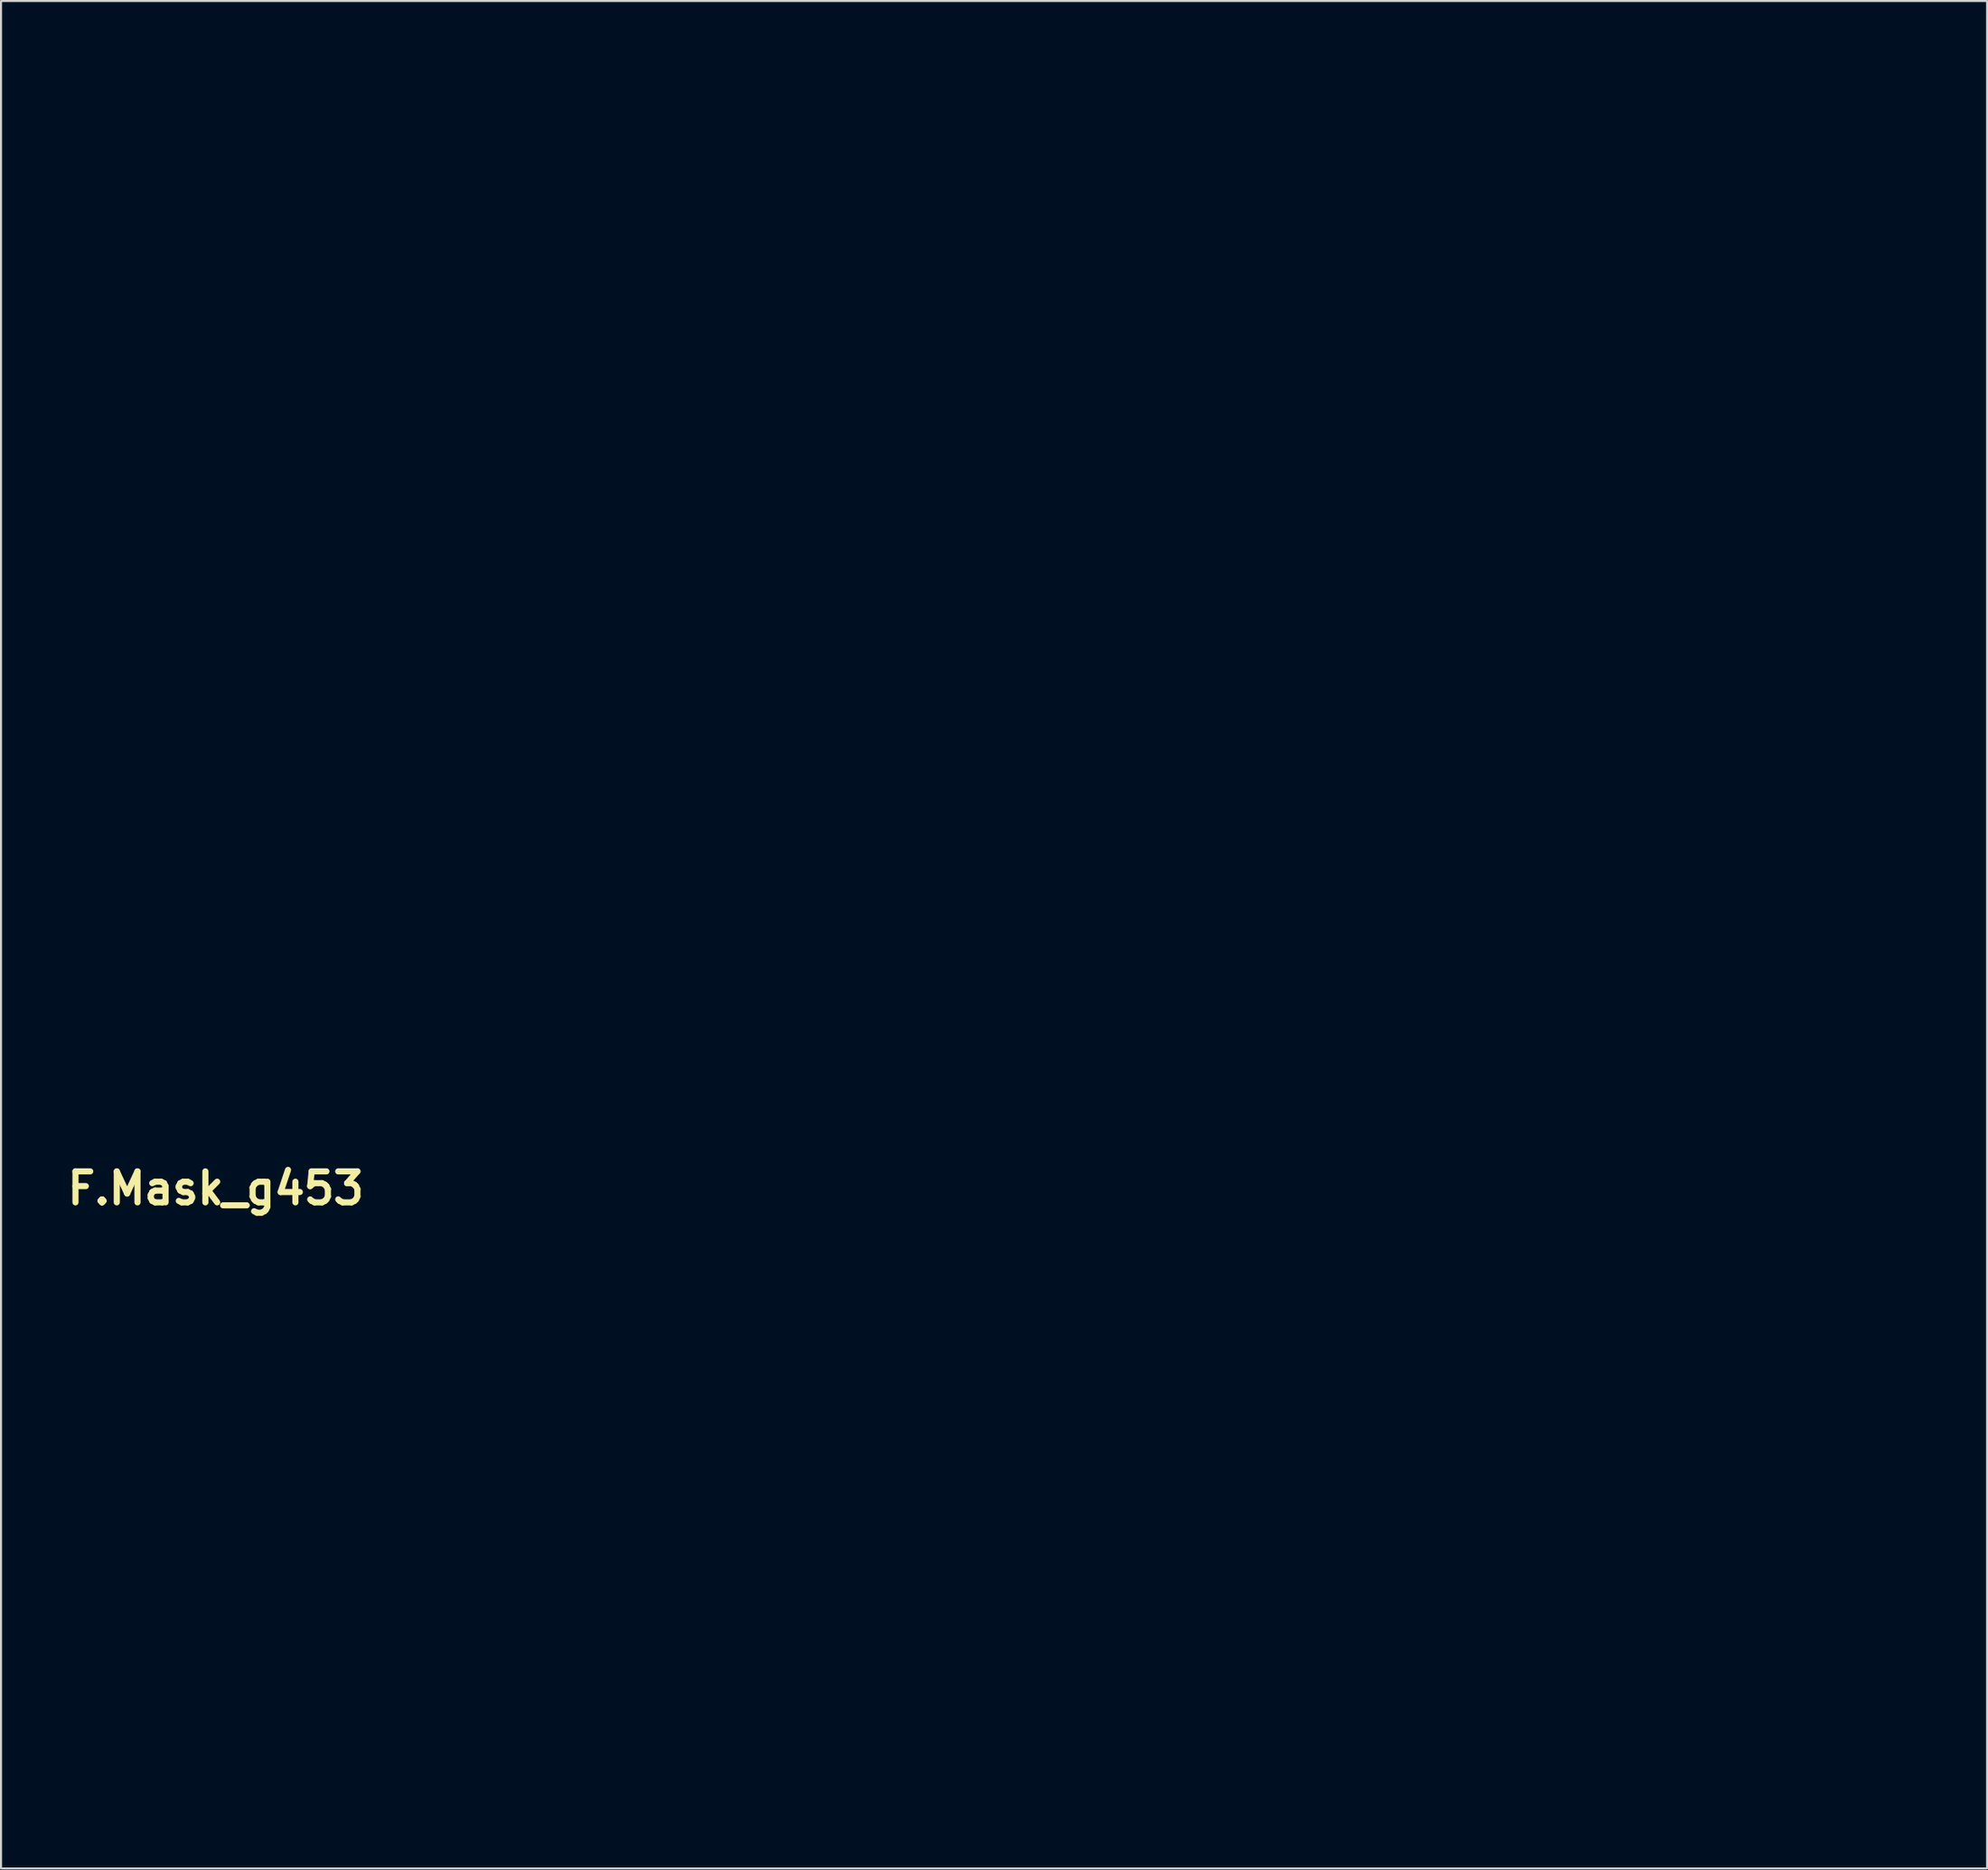
<source format=kicad_pcb>
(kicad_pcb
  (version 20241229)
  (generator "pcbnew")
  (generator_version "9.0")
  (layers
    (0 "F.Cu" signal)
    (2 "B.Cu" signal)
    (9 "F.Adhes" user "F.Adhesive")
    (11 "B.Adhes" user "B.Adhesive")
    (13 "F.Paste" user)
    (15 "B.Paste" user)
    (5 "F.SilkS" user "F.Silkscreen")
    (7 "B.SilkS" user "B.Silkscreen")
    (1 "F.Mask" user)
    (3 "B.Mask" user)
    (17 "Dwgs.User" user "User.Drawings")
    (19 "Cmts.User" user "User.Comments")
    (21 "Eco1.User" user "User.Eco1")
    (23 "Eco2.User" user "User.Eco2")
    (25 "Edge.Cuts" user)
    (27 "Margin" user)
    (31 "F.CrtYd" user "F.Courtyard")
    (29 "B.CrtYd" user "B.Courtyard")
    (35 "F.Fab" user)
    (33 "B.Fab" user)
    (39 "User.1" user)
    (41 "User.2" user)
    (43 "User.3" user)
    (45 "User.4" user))
  (footprint "F.Mask_g453"
    (layer "F.Cu")
    (at 7.555 55.381)
    (property "Reference" "F.Mask_g453" (at 0 0 0) (layer "F.SilkS") (effects (font (size 1.524 1.524) (thickness 0.3))))
    (attr through_hole)
    (fp_poly (pts (xy 42.884 1.215) (xy 43.182 1.254) (xy 43.474 1.327) (xy 43.756 1.433) (xy 44.026 1.571) (xy 44.28 1.741) (xy 44.514 1.944) (xy 44.726 2.177) (xy 44.913 2.441) (xy 44.946 2.498) (xy 45.093 2.788) (xy 45.199 3.088) (xy 45.267 3.401) (xy 45.295 3.73) (xy 45.297 3.821) (xy 45.276 4.153) (xy 45.217 4.473) (xy 45.121 4.777) (xy 44.989 5.064) (xy 44.825 5.331) (xy 44.629 5.575) (xy 44.404 5.794) (xy 44.151 5.986) (xy 43.874 6.149) (xy 43.573 6.279) (xy 43.25 6.374) (xy 43.212 6.383) (xy 43.116 6.398) (xy 42.991 6.411) (xy 42.847 6.42) (xy 42.698 6.425) (xy 42.555 6.426) (xy 42.431 6.422) (xy 42.344 6.414) (xy 42.021 6.348) (xy 41.718 6.247) (xy 41.436 6.113) (xy 41.175 5.95) (xy 40.939 5.76) (xy 40.728 5.545) (xy 40.543 5.31) (xy 40.387 5.056) (xy 40.261 4.786) (xy 40.166 4.503) (xy 40.104 4.21) (xy 40.076 3.909) (xy 40.084 3.604) (xy 40.129 3.297) (xy 40.212 2.992) (xy 40.336 2.69) (xy 40.342 2.678) (xy 40.49 2.41) (xy 40.658 2.174) (xy 40.852 1.959) (xy 40.894 1.919) (xy 41.145 1.71) (xy 41.413 1.539) (xy 41.693 1.403) (xy 41.984 1.303) (xy 42.281 1.239) (xy 42.582 1.21) (xy 42.884 1.215)) (stroke (width 0.01) (type solid)) (fill yes) (layer "F.Mask"))
    (fp_poly (pts (xy 23.011 24.724) (xy 23.015 24.791) (xy 23.019 24.893) (xy 23.022 25.024) (xy 23.026 25.175) (xy 23.029 25.34) (xy 23.031 25.512) (xy 23.032 25.559) (xy 23.038 26.215) (xy 22.985 26.342) (xy 22.962 26.397) (xy 22.937 26.449) (xy 22.91 26.501) (xy 22.877 26.555) (xy 22.838 26.612) (xy 22.79 26.676) (xy 22.732 26.748) (xy 22.661 26.83) (xy 22.576 26.924) (xy 22.474 27.033) (xy 22.354 27.159) (xy 22.215 27.304) (xy 22.053 27.47) (xy 21.867 27.659) (xy 21.655 27.873) (xy 21.416 28.115) (xy 21.374 28.158) (xy 20.288 29.254) (xy 19.981 29.274) (xy 19.876 29.281) (xy 19.738 29.291) (xy 19.576 29.302) (xy 19.401 29.314) (xy 19.22 29.327) (xy 19.061 29.338) (xy 18.855 29.351) (xy 18.63 29.363) (xy 18.391 29.372) (xy 18.146 29.38) (xy 17.9 29.386) (xy 17.659 29.39) (xy 17.43 29.392) (xy 17.22 29.391) (xy 17.034 29.389) (xy 16.878 29.383) (xy 16.78 29.377) (xy 16.588 29.36) (xy 16.427 29.342) (xy 16.298 29.325) (xy 16.205 29.307) (xy 16.149 29.29) (xy 16.134 29.278) (xy 16.144 29.249) (xy 16.183 29.2) (xy 16.243 29.136) (xy 16.32 29.063) (xy 16.408 28.987) (xy 16.5 28.913) (xy 16.592 28.846) (xy 16.605 28.837) (xy 16.734 28.751) (xy 16.869 28.665) (xy 17.014 28.576) (xy 17.171 28.484) (xy 17.342 28.386) (xy 17.53 28.282) (xy 17.738 28.17) (xy 17.969 28.048) (xy 18.224 27.915) (xy 18.507 27.771) (xy 18.821 27.612) (xy 19.167 27.438) (xy 19.549 27.248) (xy 19.569 27.239) (xy 19.809 27.119) (xy 20.039 27.004) (xy 20.255 26.894) (xy 20.455 26.792) (xy 20.635 26.699) (xy 20.792 26.617) (xy 20.922 26.548) (xy 21.022 26.493) (xy 21.089 26.455) (xy 21.107 26.444) (xy 21.244 26.349) (xy 21.372 26.255) (xy 21.495 26.158) (xy 21.618 26.053) (xy 21.743 25.937) (xy 21.875 25.805) (xy 22.019 25.655) (xy 22.177 25.483) (xy 22.355 25.284) (xy 22.511 25.105) (xy 22.998 24.546) (xy 23.011 24.724)) (stroke (width 0.01) (type solid)) (fill yes) (layer "F.Mask"))
    (fp_poly (pts (xy 12.41 20.964) (xy 12.888 20.975) (xy 13.097 20.981) (xy 13.313 20.987) (xy 13.529 20.992) (xy 13.736 20.997) (xy 13.924 21.001) (xy 14.086 21.003) (xy 14.196 21.005) (xy 14.363 21.006) (xy 14.491 21.009) (xy 14.585 21.014) (xy 14.649 21.022) (xy 14.686 21.035) (xy 14.701 21.053) (xy 14.698 21.077) (xy 14.68 21.108) (xy 14.669 21.123) (xy 14.641 21.15) (xy 14.58 21.197) (xy 14.49 21.263) (xy 14.375 21.344) (xy 14.238 21.439) (xy 14.083 21.545) (xy 13.912 21.66) (xy 13.73 21.781) (xy 13.54 21.907) (xy 13.346 22.035) (xy 13.15 22.162) (xy 12.957 22.287) (xy 12.769 22.407) (xy 12.59 22.52) (xy 12.425 22.624) (xy 12.296 22.702) (xy 11.891 22.942) (xy 11.452 23.189) (xy 10.987 23.44) (xy 10.503 23.691) (xy 10.006 23.938) (xy 9.787 24.043) (xy 9.467 24.196) (xy 9.183 24.33) (xy 8.933 24.447) (xy 8.716 24.548) (xy 8.528 24.632) (xy 8.369 24.702) (xy 8.236 24.758) (xy 8.127 24.8) (xy 8.041 24.831) (xy 7.976 24.849) (xy 7.976 24.85) (xy 7.822 24.88) (xy 7.669 24.898) (xy 7.528 24.904) (xy 7.412 24.896) (xy 7.388 24.891) (xy 7.213 24.835) (xy 7.04 24.741) (xy 6.874 24.617) (xy 6.72 24.466) (xy 6.583 24.296) (xy 6.47 24.111) (xy 6.385 23.917) (xy 6.358 23.832) (xy 6.333 23.705) (xy 6.321 23.558) (xy 6.321 23.398) (xy 6.331 23.232) (xy 6.351 23.066) (xy 6.379 22.907) (xy 6.415 22.762) (xy 6.457 22.638) (xy 6.504 22.541) (xy 6.556 22.478) (xy 6.567 22.47) (xy 6.611 22.453) (xy 6.683 22.438) (xy 6.767 22.427) (xy 6.773 22.426) (xy 6.934 22.407) (xy 7.13 22.374) (xy 7.353 22.328) (xy 7.598 22.272) (xy 7.666 22.255) (xy 8.069 22.146) (xy 8.446 22.027) (xy 8.794 21.899) (xy 9.11 21.763) (xy 9.389 21.621) (xy 9.605 21.491) (xy 9.701 21.425) (xy 9.767 21.371) (xy 9.81 21.322) (xy 9.835 21.268) (xy 9.851 21.203) (xy 9.854 21.181) (xy 9.865 21.124) (xy 9.884 21.08) (xy 9.915 21.049) (xy 9.965 21.027) (xy 10.04 21.012) (xy 10.145 21.002) (xy 10.285 20.994) (xy 10.307 20.993) (xy 10.813 20.975) (xy 11.343 20.964) (xy 11.881 20.96) (xy 12.41 20.964)) (stroke (width 0.01) (type solid)) (fill yes) (layer "F.Mask"))
    (fp_poly (pts (xy 72.493 -43.04) (xy 72.515 -43.023) (xy 72.579 -42.979) (xy 72.678 -42.925) (xy 72.807 -42.865) (xy 72.963 -42.799) (xy 73.139 -42.73) (xy 73.331 -42.66) (xy 73.534 -42.591) (xy 73.615 -42.565) (xy 73.898 -42.475) (xy 74.195 -42.559) (xy 74.492 -42.643) (xy 74.789 -42.559) (xy 75.086 -42.475) (xy 75.373 -42.565) (xy 75.591 -42.636) (xy 75.8 -42.711) (xy 75.994 -42.786) (xy 76.167 -42.86) (xy 76.312 -42.929) (xy 76.425 -42.992) (xy 76.461 -43.016) (xy 76.503 -43.041) (xy 76.53 -43.046) (xy 76.532 -43.045) (xy 76.537 -43.016) (xy 76.534 -42.954) (xy 76.524 -42.866) (xy 76.508 -42.761) (xy 76.487 -42.647) (xy 76.464 -42.531) (xy 76.439 -42.421) (xy 76.414 -42.326) (xy 76.398 -42.277) (xy 76.391 -42.249) (xy 76.399 -42.251) (xy 76.416 -42.278) (xy 76.441 -42.322) (xy 76.467 -42.375) (xy 76.492 -42.432) (xy 76.5 -42.454) (xy 76.531 -42.53) (xy 76.555 -42.581) (xy 76.571 -42.603) (xy 76.576 -42.591) (xy 76.57 -42.556) (xy 76.506 -42.299) (xy 76.429 -42.056) (xy 76.343 -41.833) (xy 76.249 -41.64) (xy 76.176 -41.518) (xy 76.095 -41.408) (xy 76.004 -41.307) (xy 75.896 -41.209) (xy 75.767 -41.11) (xy 75.611 -41.006) (xy 75.421 -40.892) (xy 75.385 -40.871) (xy 75.302 -40.825) (xy 75.2 -40.771) (xy 75.086 -40.712) (xy 74.967 -40.651) (xy 74.848 -40.592) (xy 74.736 -40.537) (xy 74.638 -40.49) (xy 74.56 -40.455) (xy 74.508 -40.433) (xy 74.491 -40.428) (xy 74.467 -40.437) (xy 74.411 -40.463) (xy 74.328 -40.502) (xy 74.225 -40.552) (xy 74.105 -40.611) (xy 74.029 -40.649) (xy 73.738 -40.8) (xy 73.487 -40.942) (xy 73.276 -41.075) (xy 73.106 -41.199) (xy 73 -41.291) (xy 72.86 -41.449) (xy 72.734 -41.643) (xy 72.624 -41.873) (xy 72.526 -42.141) (xy 72.504 -42.217) (xy 76.369 -42.217) (xy 76.38 -42.206) (xy 76.391 -42.217) (xy 76.38 -42.227) (xy 76.369 -42.217) (xy 72.504 -42.217) (xy 72.475 -42.318) (xy 72.448 -42.424) (xy 72.43 -42.508) (xy 72.42 -42.568) (xy 72.419 -42.599) (xy 72.426 -42.599) (xy 72.443 -42.563) (xy 72.462 -42.513) (xy 72.481 -42.464) (xy 72.506 -42.405) (xy 72.535 -42.345) (xy 72.561 -42.293) (xy 72.583 -42.254) (xy 72.595 -42.239) (xy 72.593 -42.253) (xy 72.593 -42.255) (xy 72.556 -42.385) (xy 72.523 -42.519) (xy 72.496 -42.651) (xy 72.474 -42.774) (xy 72.459 -42.881) (xy 72.452 -42.968) (xy 72.453 -43.027) (xy 72.465 -43.052) (xy 72.468 -43.053) (xy 72.493 -43.04)) (stroke (width 0.01) (type solid)) (fill yes) (layer "F.Mask"))
    (fp_poly (pts (xy 20.585 20.817) (xy 20.659 20.828) (xy 20.768 20.841) (xy 20.902 20.857) (xy 21.053 20.874) (xy 21.212 20.891) (xy 21.324 20.902) (xy 21.596 20.932) (xy 21.83 20.961) (xy 22.03 20.992) (xy 22.2 21.024) (xy 22.346 21.06) (xy 22.47 21.099) (xy 22.578 21.143) (xy 22.621 21.164) (xy 22.724 21.233) (xy 22.791 21.319) (xy 22.824 21.424) (xy 22.822 21.548) (xy 22.785 21.695) (xy 22.714 21.864) (xy 22.703 21.886) (xy 22.676 21.931) (xy 22.626 22.005) (xy 22.556 22.105) (xy 22.467 22.227) (xy 22.364 22.369) (xy 22.248 22.525) (xy 22.123 22.694) (xy 21.991 22.869) (xy 21.854 23.049) (xy 21.716 23.23) (xy 21.579 23.407) (xy 21.465 23.554) (xy 21.412 23.613) (xy 21.342 23.673) (xy 21.252 23.738) (xy 21.137 23.811) (xy 20.992 23.893) (xy 20.814 23.989) (xy 20.743 24.026) (xy 20.598 24.101) (xy 20.445 24.182) (xy 20.295 24.26) (xy 20.16 24.332) (xy 20.05 24.391) (xy 20.034 24.399) (xy 19.987 24.424) (xy 19.904 24.467) (xy 19.787 24.527) (xy 19.638 24.602) (xy 19.46 24.693) (xy 19.254 24.797) (xy 19.023 24.915) (xy 18.768 25.044) (xy 18.492 25.183) (xy 18.196 25.333) (xy 17.882 25.491) (xy 17.554 25.656) (xy 17.212 25.829) (xy 16.858 26.007) (xy 16.496 26.189) (xy 16.203 26.337) (xy 15.643 26.618) (xy 15.119 26.882) (xy 14.629 27.129) (xy 14.17 27.36) (xy 13.742 27.576) (xy 13.341 27.779) (xy 12.965 27.969) (xy 12.614 28.147) (xy 12.284 28.315) (xy 11.973 28.473) (xy 11.681 28.622) (xy 11.404 28.764) (xy 11.14 28.9) (xy 10.888 29.03) (xy 10.645 29.155) (xy 10.41 29.278) (xy 10.181 29.398) (xy 9.954 29.516) (xy 9.73 29.635) (xy 9.504 29.754) (xy 9.276 29.875) (xy 9.043 29.999) (xy 8.909 30.07) (xy 8.219 30.438) (xy 7.957 30.433) (xy 7.873 30.432) (xy 7.754 30.43) (xy 7.606 30.427) (xy 7.438 30.425) (xy 7.254 30.422) (xy 7.064 30.419) (xy 6.911 30.417) (xy 6.705 30.414) (xy 6.536 30.411) (xy 6.401 30.408) (xy 6.296 30.404) (xy 6.214 30.399) (xy 6.154 30.394) (xy 6.108 30.388) (xy 6.075 30.379) (xy 6.048 30.37) (xy 6.043 30.368) (xy 5.947 30.312) (xy 5.872 30.239) (xy 5.813 30.142) (xy 5.768 30.016) (xy 5.735 29.856) (xy 5.726 29.798) (xy 5.696 29.514) (xy 5.681 29.191) (xy 5.68 28.829) (xy 5.691 28.462) (xy 5.698 28.302) (xy 5.703 28.177) (xy 5.706 28.081) (xy 5.705 28.007) (xy 5.702 27.947) (xy 5.695 27.896) (xy 5.685 27.846) (xy 5.671 27.791) (xy 5.67 27.788) (xy 5.648 27.681) (xy 5.631 27.563) (xy 5.623 27.46) (xy 5.623 27.459) (xy 5.622 27.377) (xy 5.627 27.325) (xy 5.64 27.291) (xy 5.665 27.263) (xy 5.681 27.248) (xy 5.736 27.212) (xy 5.788 27.205) (xy 5.808 27.208) (xy 5.903 27.238) (xy 6.018 27.294) (xy 6.141 27.368) (xy 6.226 27.428) (xy 6.361 27.529) (xy 6.771 27.568) (xy 7.01 27.586) (xy 7.221 27.592) (xy 7.417 27.585) (xy 7.609 27.563) (xy 7.81 27.526) (xy 8.033 27.472) (xy 8.075 27.46) (xy 8.111 27.447) (xy 8.182 27.417) (xy 8.286 27.371) (xy 8.42 27.311) (xy 8.582 27.238) (xy 8.769 27.153) (xy 8.978 27.058) (xy 9.207 26.953) (xy 9.453 26.84) (xy 9.713 26.721) (xy 9.984 26.595) (xy 10.265 26.465) (xy 10.551 26.332) (xy 10.842 26.197) (xy 11.133 26.062) (xy 11.422 25.927) (xy 11.707 25.793) (xy 11.984 25.663) (xy 12.252 25.537) (xy 12.507 25.416) (xy 12.747 25.302) (xy 12.943 25.209) (xy 13.552 24.916) (xy 14.144 24.625) (xy 14.716 24.339) (xy 15.266 24.059) (xy 15.791 23.785) (xy 16.289 23.52) (xy 16.756 23.265) (xy 17.19 23.021) (xy 17.589 22.789) (xy 17.801 22.662) (xy 18.154 22.445) (xy 18.497 22.225) (xy 18.827 22.006) (xy 19.141 21.791) (xy 19.433 21.581) (xy 19.702 21.379) (xy 19.943 21.189) (xy 20.152 21.012) (xy 20.299 20.878) (xy 20.394 20.787) (xy 20.585 20.817)) (stroke (width 0.01) (type solid)) (fill yes) (layer "F.Mask"))
    (fp_poly (pts (xy 74.649 -55.374) (xy 74.777 -55.365) (xy 74.835 -55.36) (xy 75.58 -55.27) (xy 76.345 -55.148) (xy 77.128 -54.992) (xy 77.923 -54.806) (xy 78.726 -54.59) (xy 79.535 -54.344) (xy 80.346 -54.071) (xy 81.153 -53.772) (xy 81.955 -53.447) (xy 82.746 -53.097) (xy 83.461 -52.756) (xy 83.598 -52.687) (xy 83.724 -52.623) (xy 83.833 -52.566) (xy 83.919 -52.52) (xy 83.978 -52.487) (xy 84.004 -52.47) (xy 84.004 -52.469) (xy 84.02 -52.429) (xy 84.035 -52.351) (xy 84.048 -52.242) (xy 84.06 -52.105) (xy 84.069 -51.947) (xy 84.077 -51.772) (xy 84.082 -51.586) (xy 84.085 -51.394) (xy 84.084 -51.2) (xy 84.081 -51.011) (xy 84.074 -50.832) (xy 84.022 -50.076) (xy 83.936 -49.334) (xy 83.816 -48.601) (xy 83.66 -47.869) (xy 83.469 -47.133) (xy 83.239 -46.387) (xy 83.228 -46.355) (xy 82.93 -45.525) (xy 82.592 -44.705) (xy 82.213 -43.896) (xy 81.793 -43.099) (xy 81.334 -42.314) (xy 80.835 -41.541) (xy 80.297 -40.781) (xy 79.72 -40.034) (xy 79.105 -39.3) (xy 78.451 -38.581) (xy 77.759 -37.876) (xy 77.029 -37.186) (xy 76.262 -36.511) (xy 75.586 -35.953) (xy 75.436 -35.834) (xy 75.286 -35.716) (xy 75.14 -35.603) (xy 75.002 -35.497) (xy 74.876 -35.402) (xy 74.765 -35.32) (xy 74.674 -35.254) (xy 74.607 -35.207) (xy 74.567 -35.182) (xy 74.558 -35.179) (xy 74.535 -35.191) (xy 74.483 -35.226) (xy 74.408 -35.279) (xy 74.315 -35.347) (xy 74.21 -35.426) (xy 74.155 -35.468) (xy 73.319 -36.127) (xy 72.524 -36.798) (xy 71.769 -37.482) (xy 71.054 -38.179) (xy 70.378 -38.889) (xy 69.741 -39.613) (xy 69.143 -40.351) (xy 68.583 -41.104) (xy 68.062 -41.871) (xy 67.579 -42.653) (xy 67.134 -43.451) (xy 66.972 -43.762) (xy 66.612 -44.511) (xy 66.288 -45.267) (xy 65.999 -46.031) (xy 65.747 -46.798) (xy 65.533 -47.567) (xy 65.356 -48.335) (xy 65.218 -49.1) (xy 65.118 -49.861) (xy 65.058 -50.614) (xy 65.038 -51.34) (xy 65.038 -51.387) (xy 65.416 -51.387) (xy 65.416 -51.135) (xy 65.418 -50.917) (xy 65.422 -50.726) (xy 65.428 -50.552) (xy 65.438 -50.387) (xy 65.45 -50.223) (xy 65.467 -50.051) (xy 65.488 -49.865) (xy 65.513 -49.654) (xy 65.522 -49.583) (xy 65.645 -48.786) (xy 65.81 -47.989) (xy 66.015 -47.194) (xy 66.262 -46.403) (xy 66.548 -45.616) (xy 66.873 -44.835) (xy 67.237 -44.061) (xy 67.639 -43.296) (xy 68.079 -42.54) (xy 68.556 -41.796) (xy 69.069 -41.064) (xy 69.618 -40.346) (xy 69.93 -39.963) (xy 70.324 -39.504) (xy 70.75 -39.034) (xy 71.201 -38.562) (xy 71.669 -38.093) (xy 72.148 -37.634) (xy 72.631 -37.194) (xy 72.952 -36.913) (xy 73.124 -36.766) (xy 73.3 -36.618) (xy 73.477 -36.472) (xy 73.65 -36.33) (xy 73.818 -36.195) (xy 73.977 -36.069) (xy 74.124 -35.954) (xy 74.256 -35.853) (xy 74.369 -35.769) (xy 74.461 -35.703) (xy 74.529 -35.659) (xy 74.569 -35.638) (xy 74.578 -35.638) (xy 74.603 -35.655) (xy 74.654 -35.694) (xy 74.725 -35.747) (xy 74.809 -35.81) (xy 74.824 -35.822) (xy 75.534 -36.383) (xy 76.226 -36.965) (xy 76.894 -37.564) (xy 77.536 -38.176) (xy 78.147 -38.797) (xy 78.723 -39.424) (xy 79.151 -39.92) (xy 79.742 -40.657) (xy 80.294 -41.407) (xy 80.806 -42.168) (xy 81.278 -42.942) (xy 81.711 -43.726) (xy 82.103 -44.521) (xy 82.454 -45.326) (xy 82.765 -46.141) (xy 83.025 -46.933) (xy 83.238 -47.699) (xy 83.411 -48.461) (xy 83.545 -49.222) (xy 83.565 -49.356) (xy 83.601 -49.61) (xy 83.63 -49.834) (xy 83.653 -50.038) (xy 83.671 -50.23) (xy 83.684 -50.419) (xy 83.693 -50.614) (xy 83.699 -50.824) (xy 83.702 -51.059) (xy 83.703 -51.327) (xy 83.703 -51.329) (xy 83.703 -51.511) (xy 83.702 -51.681) (xy 83.7 -51.834) (xy 83.697 -51.966) (xy 83.694 -52.072) (xy 83.691 -52.145) (xy 83.687 -52.181) (xy 83.687 -52.182) (xy 83.678 -52.202) (xy 83.66 -52.224) (xy 83.627 -52.249) (xy 83.577 -52.28) (xy 83.504 -52.321) (xy 83.404 -52.372) (xy 83.272 -52.439) (xy 83.19 -52.479) (xy 82.453 -52.829) (xy 81.698 -53.159) (xy 80.929 -53.467) (xy 80.15 -53.753) (xy 79.367 -54.014) (xy 78.583 -54.25) (xy 77.804 -54.458) (xy 77.033 -54.639) (xy 76.276 -54.789) (xy 75.537 -54.908) (xy 75.057 -54.97) (xy 74.885 -54.989) (xy 74.743 -55.001) (xy 74.62 -55.008) (xy 74.505 -55.009) (xy 74.386 -55.003) (xy 74.252 -54.992) (xy 74.091 -54.974) (xy 74.052 -54.97) (xy 73.227 -54.855) (xy 72.387 -54.702) (xy 71.533 -54.513) (xy 70.669 -54.288) (xy 69.797 -54.028) (xy 68.919 -53.734) (xy 68.038 -53.406) (xy 67.157 -53.045) (xy 66.792 -52.885) (xy 66.632 -52.813) (xy 66.465 -52.737) (xy 66.297 -52.658) (xy 66.131 -52.579) (xy 65.972 -52.502) (xy 65.826 -52.43) (xy 65.696 -52.365) (xy 65.589 -52.309) (xy 65.508 -52.265) (xy 65.459 -52.236) (xy 65.447 -52.227) (xy 65.439 -52.214) (xy 65.432 -52.189) (xy 65.427 -52.15) (xy 65.423 -52.092) (xy 65.42 -52.011) (xy 65.418 -51.904) (xy 65.416 -51.765) (xy 65.416 -51.592) (xy 65.416 -51.387) (xy 65.038 -51.387) (xy 65.04 -51.614) (xy 65.044 -51.848) (xy 65.053 -52.043) (xy 65.064 -52.201) (xy 65.08 -52.322) (xy 65.1 -52.41) (xy 65.123 -52.465) (xy 65.136 -52.481) (xy 65.171 -52.503) (xy 65.239 -52.541) (xy 65.336 -52.592) (xy 65.457 -52.654) (xy 65.597 -52.724) (xy 65.753 -52.8) (xy 65.917 -52.88) (xy 66.087 -52.962) (xy 66.258 -53.042) (xy 66.424 -53.12) (xy 66.58 -53.192) (xy 66.723 -53.256) (xy 66.767 -53.275) (xy 67.585 -53.62) (xy 68.407 -53.938) (xy 69.23 -54.227) (xy 70.05 -54.488) (xy 70.864 -54.72) (xy 71.669 -54.92) (xy 72.461 -55.089) (xy 73.237 -55.226) (xy 73.994 -55.328) (xy 74.274 -55.358) (xy 74.416 -55.371) (xy 74.535 -55.376) (xy 74.649 -55.374)) (stroke (width 0.01) (type solid)) (fill yes) (layer "F.Mask"))
    (fp_poly (pts (xy 72.236 -51.52) (xy 72.222 -51.486) (xy 72.196 -51.425) (xy 72.165 -51.35) (xy 72.16 -51.34) (xy 72.083 -51.133) (xy 72.031 -50.93) (xy 72.002 -50.713) (xy 71.994 -50.586) (xy 71.998 -50.324) (xy 72.035 -50.086) (xy 72.108 -49.867) (xy 72.217 -49.663) (xy 72.365 -49.468) (xy 72.504 -49.324) (xy 72.665 -49.17) (xy 73.032 -49.17) (xy 73.256 -49.316) (xy 73.604 -49.526) (xy 73.976 -49.721) (xy 74.115 -49.787) (xy 74.24 -49.844) (xy 74.334 -49.885) (xy 74.403 -49.911) (xy 74.456 -49.925) (xy 74.499 -49.928) (xy 74.54 -49.921) (xy 74.585 -49.907) (xy 74.598 -49.903) (xy 74.719 -49.855) (xy 74.868 -49.789) (xy 75.034 -49.708) (xy 75.21 -49.617) (xy 75.386 -49.522) (xy 75.555 -49.426) (xy 75.707 -49.333) (xy 75.834 -49.25) (xy 75.846 -49.241) (xy 75.898 -49.206) (xy 75.943 -49.185) (xy 75.993 -49.174) (xy 76.062 -49.171) (xy 76.124 -49.17) (xy 76.301 -49.17) (xy 76.422 -49.27) (xy 76.552 -49.394) (xy 76.677 -49.543) (xy 76.785 -49.704) (xy 76.844 -49.813) (xy 76.911 -49.973) (xy 76.956 -50.127) (xy 76.981 -50.291) (xy 76.99 -50.477) (xy 76.99 -50.514) (xy 76.98 -50.732) (xy 76.948 -50.937) (xy 76.891 -51.146) (xy 76.824 -51.331) (xy 76.792 -51.412) (xy 76.767 -51.478) (xy 76.752 -51.52) (xy 76.75 -51.529) (xy 76.763 -51.521) (xy 76.799 -51.488) (xy 76.849 -51.437) (xy 76.872 -51.413) (xy 77.049 -51.207) (xy 77.206 -50.99) (xy 77.34 -50.771) (xy 77.447 -50.556) (xy 77.521 -50.352) (xy 77.534 -50.304) (xy 77.563 -50.14) (xy 77.575 -49.96) (xy 77.569 -49.782) (xy 77.545 -49.624) (xy 77.544 -49.62) (xy 77.473 -49.404) (xy 77.36 -49.183) (xy 77.206 -48.957) (xy 77.16 -48.899) (xy 77.103 -48.829) (xy 77.209 -48.719) (xy 77.494 -48.396) (xy 77.756 -48.046) (xy 77.989 -47.674) (xy 78.19 -47.288) (xy 78.356 -46.893) (xy 78.457 -46.588) (xy 78.516 -46.369) (xy 78.565 -46.158) (xy 78.603 -45.946) (xy 78.632 -45.723) (xy 78.654 -45.481) (xy 78.67 -45.21) (xy 78.677 -45.053) (xy 78.696 -44.524) (xy 78.801 -44.207) (xy 78.906 -43.858) (xy 78.987 -43.528) (xy 79.043 -43.204) (xy 79.079 -42.873) (xy 79.094 -42.587) (xy 79.097 -42.337) (xy 79.091 -42.12) (xy 79.074 -41.929) (xy 79.043 -41.756) (xy 78.999 -41.593) (xy 78.939 -41.431) (xy 78.862 -41.264) (xy 78.86 -41.259) (xy 78.811 -41.15) (xy 78.762 -41.023) (xy 78.72 -40.899) (xy 78.709 -40.864) (xy 78.579 -40.471) (xy 78.413 -40.101) (xy 78.212 -39.755) (xy 77.977 -39.434) (xy 77.707 -39.137) (xy 77.404 -38.866) (xy 77.203 -38.713) (xy 77.088 -38.634) (xy 76.97 -38.557) (xy 76.843 -38.479) (xy 76.702 -38.398) (xy 76.542 -38.311) (xy 76.358 -38.214) (xy 76.144 -38.105) (xy 75.964 -38.015) (xy 75.8 -37.932) (xy 75.639 -37.849) (xy 75.487 -37.769) (xy 75.35 -37.694) (xy 75.235 -37.63) (xy 75.148 -37.579) (xy 75.117 -37.559) (xy 74.914 -37.41) (xy 74.752 -37.263) (xy 74.631 -37.115) (xy 74.55 -36.967) (xy 74.517 -36.864) (xy 74.493 -36.756) (xy 74.477 -36.841) (xy 74.433 -36.973) (xy 74.351 -37.113) (xy 74.236 -37.255) (xy 74.089 -37.396) (xy 73.916 -37.531) (xy 73.86 -37.569) (xy 73.799 -37.606) (xy 73.707 -37.658) (xy 73.588 -37.722) (xy 73.45 -37.795) (xy 73.298 -37.874) (xy 73.139 -37.954) (xy 73.057 -37.995) (xy 72.773 -38.138) (xy 72.525 -38.267) (xy 72.306 -38.386) (xy 72.114 -38.498) (xy 71.942 -38.605) (xy 71.788 -38.711) (xy 71.646 -38.818) (xy 71.512 -38.93) (xy 71.381 -39.049) (xy 71.268 -39.158) (xy 71.072 -39.365) (xy 70.906 -39.567) (xy 70.761 -39.777) (xy 70.627 -40.006) (xy 70.583 -40.09) (xy 70.473 -40.318) (xy 70.382 -40.54) (xy 70.302 -40.775) (xy 70.265 -40.897) (xy 70.23 -41.005) (xy 70.186 -41.12) (xy 70.143 -41.219) (xy 70.137 -41.23) (xy 70.062 -41.387) (xy 70.005 -41.528) (xy 69.962 -41.665) (xy 69.931 -41.809) (xy 69.909 -41.973) (xy 69.893 -42.16) (xy 69.884 -42.515) (xy 71.995 -42.515) (xy 72.027 -42.149) (xy 72.1 -41.786) (xy 72.213 -41.428) (xy 72.366 -41.076) (xy 72.559 -40.733) (xy 72.789 -40.401) (xy 72.865 -40.305) (xy 72.956 -40.203) (xy 73.073 -40.088) (xy 73.208 -39.968) (xy 73.351 -39.851) (xy 73.411 -39.805) (xy 73.455 -39.766) (xy 73.477 -39.734) (xy 73.477 -39.724) (xy 73.476 -39.712) (xy 73.488 -39.718) (xy 73.519 -39.719) (xy 73.552 -39.702) (xy 73.567 -39.676) (xy 73.565 -39.667) (xy 73.578 -39.649) (xy 73.618 -39.61) (xy 73.681 -39.553) (xy 73.762 -39.482) (xy 73.855 -39.403) (xy 73.955 -39.319) (xy 74.057 -39.235) (xy 74.155 -39.155) (xy 74.245 -39.083) (xy 74.321 -39.024) (xy 74.378 -38.983) (xy 74.406 -38.965) (xy 74.475 -38.929) (xy 74.482 -39.017) (xy 74.48 -39.087) (xy 74.461 -39.122) (xy 74.461 -39.122) (xy 74.432 -39.138) (xy 74.375 -39.17) (xy 74.296 -39.214) (xy 74.206 -39.264) (xy 74.201 -39.266) (xy 74.097 -39.325) (xy 73.989 -39.388) (xy 73.883 -39.453) (xy 73.784 -39.515) (xy 73.699 -39.57) (xy 73.633 -39.615) (xy 73.593 -39.647) (xy 73.583 -39.66) (xy 73.603 -39.652) (xy 73.651 -39.626) (xy 73.718 -39.585) (xy 73.784 -39.543) (xy 73.88 -39.481) (xy 73.999 -39.409) (xy 74.124 -39.336) (xy 74.231 -39.275) (xy 74.486 -39.134) (xy 74.713 -39.254) (xy 74.826 -39.316) (xy 74.955 -39.391) (xy 75.085 -39.47) (xy 75.181 -39.532) (xy 75.269 -39.589) (xy 75.345 -39.635) (xy 75.4 -39.667) (xy 75.428 -39.681) (xy 75.43 -39.681) (xy 75.419 -39.665) (xy 75.376 -39.632) (xy 75.308 -39.585) (xy 75.22 -39.528) (xy 75.119 -39.464) (xy 75.01 -39.396) (xy 74.898 -39.329) (xy 74.79 -39.266) (xy 74.691 -39.211) (xy 74.612 -39.169) (xy 74.552 -39.136) (xy 74.521 -39.109) (xy 74.509 -39.074) (xy 74.507 -39.021) (xy 74.507 -38.926) (xy 74.565 -38.952) (xy 74.596 -38.972) (xy 74.652 -39.014) (xy 74.727 -39.073) (xy 74.818 -39.145) (xy 74.917 -39.226) (xy 75.021 -39.312) (xy 75.124 -39.398) (xy 75.221 -39.48) (xy 75.307 -39.553) (xy 75.376 -39.614) (xy 75.414 -39.65) (xy 76.103 -39.65) (xy 76.106 -39.641) (xy 76.128 -39.645) (xy 76.135 -39.648) (xy 76.185 -39.678) (xy 76.253 -39.738) (xy 76.335 -39.823) (xy 76.363 -39.854) (xy 76.592 -40.132) (xy 76.788 -40.407) (xy 76.959 -40.688) (xy 77.081 -40.926) (xy 77.224 -41.256) (xy 77.331 -41.578) (xy 77.406 -41.902) (xy 77.45 -42.237) (xy 77.464 -42.471) (xy 77.467 -42.604) (xy 77.469 -42.701) (xy 77.468 -42.769) (xy 77.464 -42.815) (xy 77.456 -42.847) (xy 77.443 -42.869) (xy 77.436 -42.879) (xy 77.421 -42.896) (xy 77.41 -42.901) (xy 77.403 -42.889) (xy 77.399 -42.854) (xy 77.396 -42.792) (xy 77.395 -42.697) (xy 77.395 -42.593) (xy 77.393 -42.461) (xy 77.388 -42.326) (xy 77.38 -42.203) (xy 77.371 -42.104) (xy 77.367 -42.079) (xy 77.288 -41.691) (xy 77.169 -41.307) (xy 77.012 -40.932) (xy 76.82 -40.572) (xy 76.596 -40.231) (xy 76.341 -39.914) (xy 76.235 -39.799) (xy 76.164 -39.725) (xy 76.121 -39.676) (xy 76.103 -39.65) (xy 75.414 -39.65) (xy 75.424 -39.659) (xy 75.445 -39.682) (xy 75.445 -39.683) (xy 75.455 -39.715) (xy 75.487 -39.739) (xy 75.517 -39.742) (xy 75.537 -39.741) (xy 75.535 -39.748) (xy 75.546 -39.768) (xy 75.584 -39.806) (xy 75.642 -39.858) (xy 75.687 -39.895) (xy 75.931 -40.107) (xy 76.149 -40.343) (xy 76.348 -40.607) (xy 76.529 -40.905) (xy 76.619 -41.076) (xy 76.764 -41.402) (xy 76.872 -41.73) (xy 76.943 -42.066) (xy 76.98 -42.416) (xy 76.983 -42.786) (xy 76.978 -42.892) (xy 76.963 -43.164) (xy 76.863 -43.283) (xy 76.765 -43.394) (xy 76.642 -43.522) (xy 76.505 -43.657) (xy 76.363 -43.79) (xy 76.225 -43.913) (xy 76.125 -43.996) (xy 75.985 -44.107) (xy 75.843 -44.214) (xy 75.694 -44.321) (xy 75.534 -44.431) (xy 75.357 -44.548) (xy 75.158 -44.676) (xy 74.932 -44.817) (xy 74.904 -44.834) (xy 75.779 -44.834) (xy 75.791 -44.823) (xy 75.836 -44.788) (xy 75.915 -44.729) (xy 76.027 -44.646) (xy 76.052 -44.628) (xy 76.39 -44.364) (xy 76.699 -44.093) (xy 76.976 -43.816) (xy 77.217 -43.538) (xy 77.42 -43.262) (xy 77.439 -43.233) (xy 77.512 -43.115) (xy 77.585 -42.987) (xy 77.651 -42.859) (xy 77.705 -42.743) (xy 77.742 -42.65) (xy 77.744 -42.645) (xy 77.768 -42.581) (xy 77.804 -42.501) (xy 77.831 -42.444) (xy 77.864 -42.376) (xy 77.887 -42.32) (xy 77.895 -42.291) (xy 77.9 -42.274) (xy 77.907 -42.285) (xy 77.905 -42.314) (xy 77.89 -42.374) (xy 77.866 -42.457) (xy 77.836 -42.551) (xy 77.79 -42.673) (xy 77.734 -42.806) (xy 77.675 -42.93) (xy 77.643 -42.992) (xy 77.479 -43.256) (xy 77.278 -43.524) (xy 77.044 -43.792) (xy 76.782 -44.056) (xy 76.496 -44.311) (xy 76.19 -44.553) (xy 75.935 -44.733) (xy 75.852 -44.789) (xy 75.8 -44.823) (xy 75.779 -44.834) (xy 74.904 -44.834) (xy 74.782 -44.91) (xy 75.674 -44.91) (xy 75.679 -44.898) (xy 75.701 -44.875) (xy 75.713 -44.88) (xy 75.713 -44.883) (xy 75.698 -44.901) (xy 75.689 -44.907) (xy 75.674 -44.91) (xy 74.782 -44.91) (xy 74.713 -44.952) (xy 75.611 -44.952) (xy 75.616 -44.94) (xy 75.637 -44.917) (xy 75.649 -44.922) (xy 75.65 -44.925) (xy 75.635 -44.943) (xy 75.625 -44.949) (xy 75.611 -44.952) (xy 74.713 -44.952) (xy 74.675 -44.975) (xy 74.673 -44.976) (xy 74.608 -45.016) (xy 75.506 -45.016) (xy 75.51 -45.009) (xy 75.532 -44.991) (xy 75.57 -44.963) (xy 75.585 -44.961) (xy 75.586 -44.968) (xy 75.57 -44.983) (xy 75.539 -45.001) (xy 75.506 -45.016) (xy 74.608 -45.016) (xy 74.582 -45.032) (xy 75.459 -45.032) (xy 75.47 -45.022) (xy 75.48 -45.032) (xy 75.47 -45.043) (xy 75.459 -45.032) (xy 74.582 -45.032) (xy 74.491 -45.088) (xy 74.091 -44.84) (xy 73.817 -44.668) (xy 73.575 -44.512) (xy 73.362 -44.369) (xy 73.172 -44.235) (xy 73 -44.106) (xy 72.843 -43.98) (xy 72.695 -43.853) (xy 72.551 -43.72) (xy 72.431 -43.603) (xy 72.312 -43.485) (xy 72.219 -43.391) (xy 72.149 -43.315) (xy 72.098 -43.252) (xy 72.062 -43.195) (xy 72.039 -43.139) (xy 72.024 -43.078) (xy 72.015 -43.005) (xy 72.007 -42.916) (xy 72.004 -42.882) (xy 71.995 -42.515) (xy 69.884 -42.515) (xy 69.883 -42.55) (xy 69.909 -42.955) (xy 69.972 -43.377) (xy 70.07 -43.818) (xy 70.199 -44.26) (xy 70.291 -44.545) (xy 70.314 -45.117) (xy 70.327 -45.392) (xy 70.345 -45.633) (xy 70.369 -45.849) (xy 70.399 -46.048) (xy 70.437 -46.239) (xy 70.484 -46.431) (xy 70.513 -46.535) (xy 70.655 -46.955) (xy 70.835 -47.366) (xy 71.047 -47.76) (xy 71.291 -48.134) (xy 71.562 -48.48) (xy 71.716 -48.651) (xy 71.887 -48.832) (xy 71.814 -48.912) (xy 71.658 -49.116) (xy 71.534 -49.344) (xy 71.456 -49.552) (xy 71.42 -49.718) (xy 71.405 -49.905) (xy 71.412 -50.098) (xy 71.44 -50.282) (xy 71.455 -50.342) (xy 71.545 -50.589) (xy 71.676 -50.841) (xy 71.847 -51.098) (xy 71.979 -51.266) (xy 72.051 -51.351) (xy 72.118 -51.424) (xy 72.174 -51.481) (xy 72.214 -51.518) (xy 72.236 -51.531) (xy 72.236 -51.52)) (stroke (width 0.01) (type solid)) (fill yes) (layer "F.Mask")))
  (gr_rect
    (start -3 -3)
    (end 94.644 88.823)
    (stroke (width 0.1) (type default))
    (fill no)
    (layer "Edge.Cuts")))
</source>
